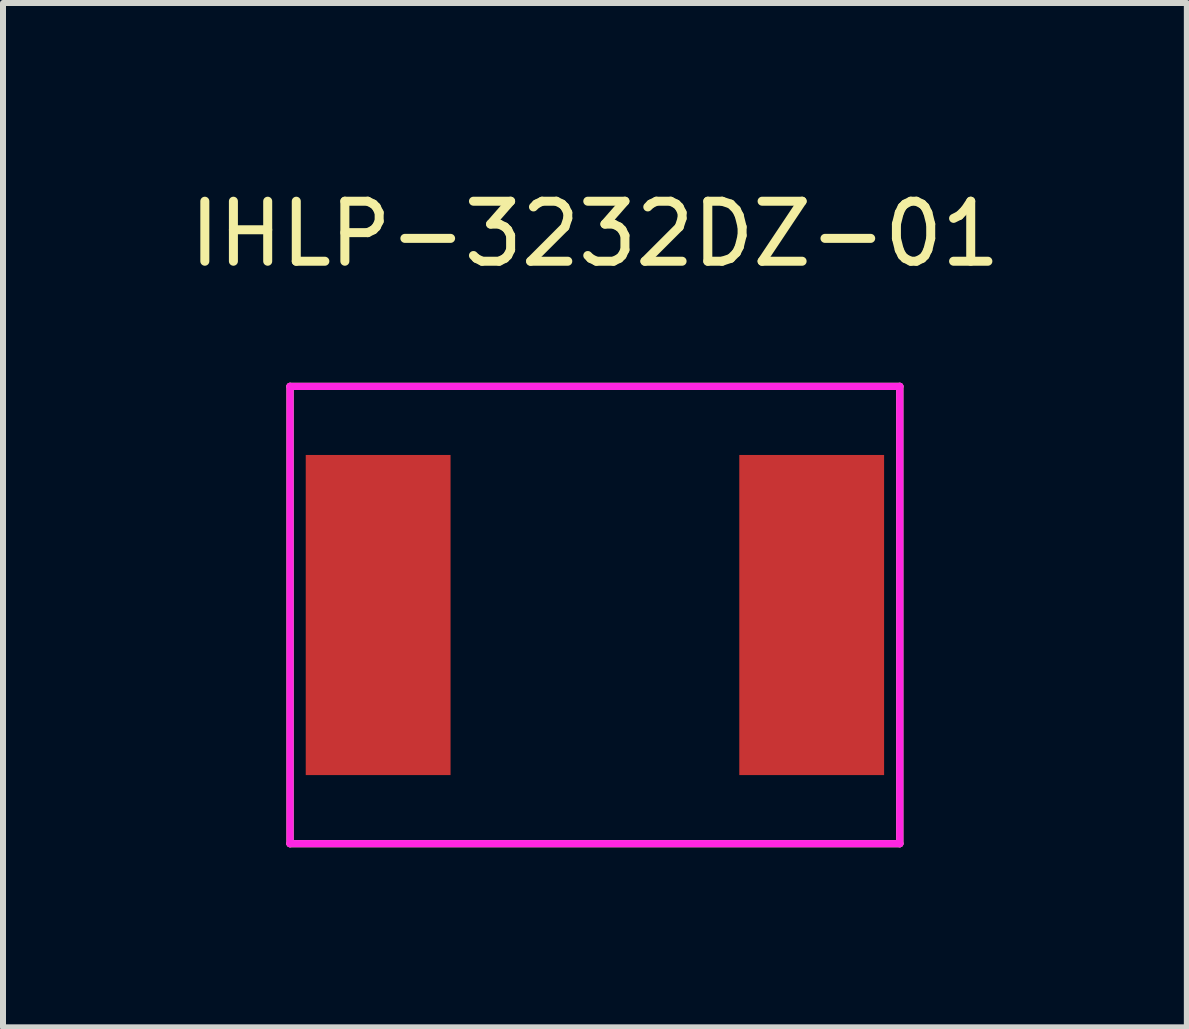
<source format=kicad_pcb>
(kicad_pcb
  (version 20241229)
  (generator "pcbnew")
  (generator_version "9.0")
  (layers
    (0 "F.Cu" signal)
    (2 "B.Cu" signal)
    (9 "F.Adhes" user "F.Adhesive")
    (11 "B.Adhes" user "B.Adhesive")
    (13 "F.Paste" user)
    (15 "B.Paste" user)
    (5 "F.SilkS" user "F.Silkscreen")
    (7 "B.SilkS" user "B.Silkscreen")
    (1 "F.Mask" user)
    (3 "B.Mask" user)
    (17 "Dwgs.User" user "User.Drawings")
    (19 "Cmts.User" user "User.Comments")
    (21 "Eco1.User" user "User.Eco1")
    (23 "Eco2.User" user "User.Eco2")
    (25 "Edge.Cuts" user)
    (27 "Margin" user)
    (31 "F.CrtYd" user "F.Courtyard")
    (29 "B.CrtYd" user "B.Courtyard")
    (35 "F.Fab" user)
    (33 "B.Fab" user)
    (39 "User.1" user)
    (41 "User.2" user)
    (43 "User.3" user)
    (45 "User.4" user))
  (footprint "IHLP-3232DZ-01"
    (layer "F.Cu")
    (at 6.863 7.198)
    (property "Reference" "IHLP-3232DZ-01" (at 0 -6.35 0) (layer "F.SilkS") (effects (font (size 1 1) (thickness 0.15))))
    (attr through_hole)
    (fp_line (start -5.08 -3.81) (end -5.08 3.81) (stroke (width 0.12) (type solid)) (layer "F.SilkS"))
    (fp_line (start -5.08 -3.81) (end 5.08 -3.81) (stroke (width 0.12) (type solid)) (layer "F.SilkS"))
    (fp_line (start 5.08 -3.81) (end 5.08 3.81) (stroke (width 0.12) (type solid)) (layer "F.SilkS"))
    (fp_line (start 5.08 3.81) (end -5.08 3.81) (stroke (width 0.12) (type solid)) (layer "F.SilkS"))
    (fp_line (start -5.08 -3.81) (end 5.08 -3.81) (stroke (width 0.12) (type solid)) (layer "F.CrtYd"))
    (fp_line (start -5.08 3.81) (end -5.08 -3.81) (stroke (width 0.12) (type solid)) (layer "F.CrtYd"))
    (fp_line (start 5.08 -3.81) (end 5.08 3.81) (stroke (width 0.12) (type solid)) (layer "F.CrtYd"))
    (fp_line (start 5.08 3.81) (end -5.08 3.81) (stroke (width 0.12) (type solid)) (layer "F.CrtYd"))
    (pad "1" smd rect (at -3.612 0) (size 2.413 5.334) (layers "F.Cu" "F.Mask" "F.Paste"))
    (pad "2" smd rect (at 3.612 0) (size 2.413 5.334) (layers "F.Cu" "F.Mask" "F.Paste")))
  (gr_rect
    (start -3 -3)
    (end 16.726 14.068)
    (stroke (width 0.1) (type default))
    (fill no)
    (layer "Edge.Cuts")))
</source>
